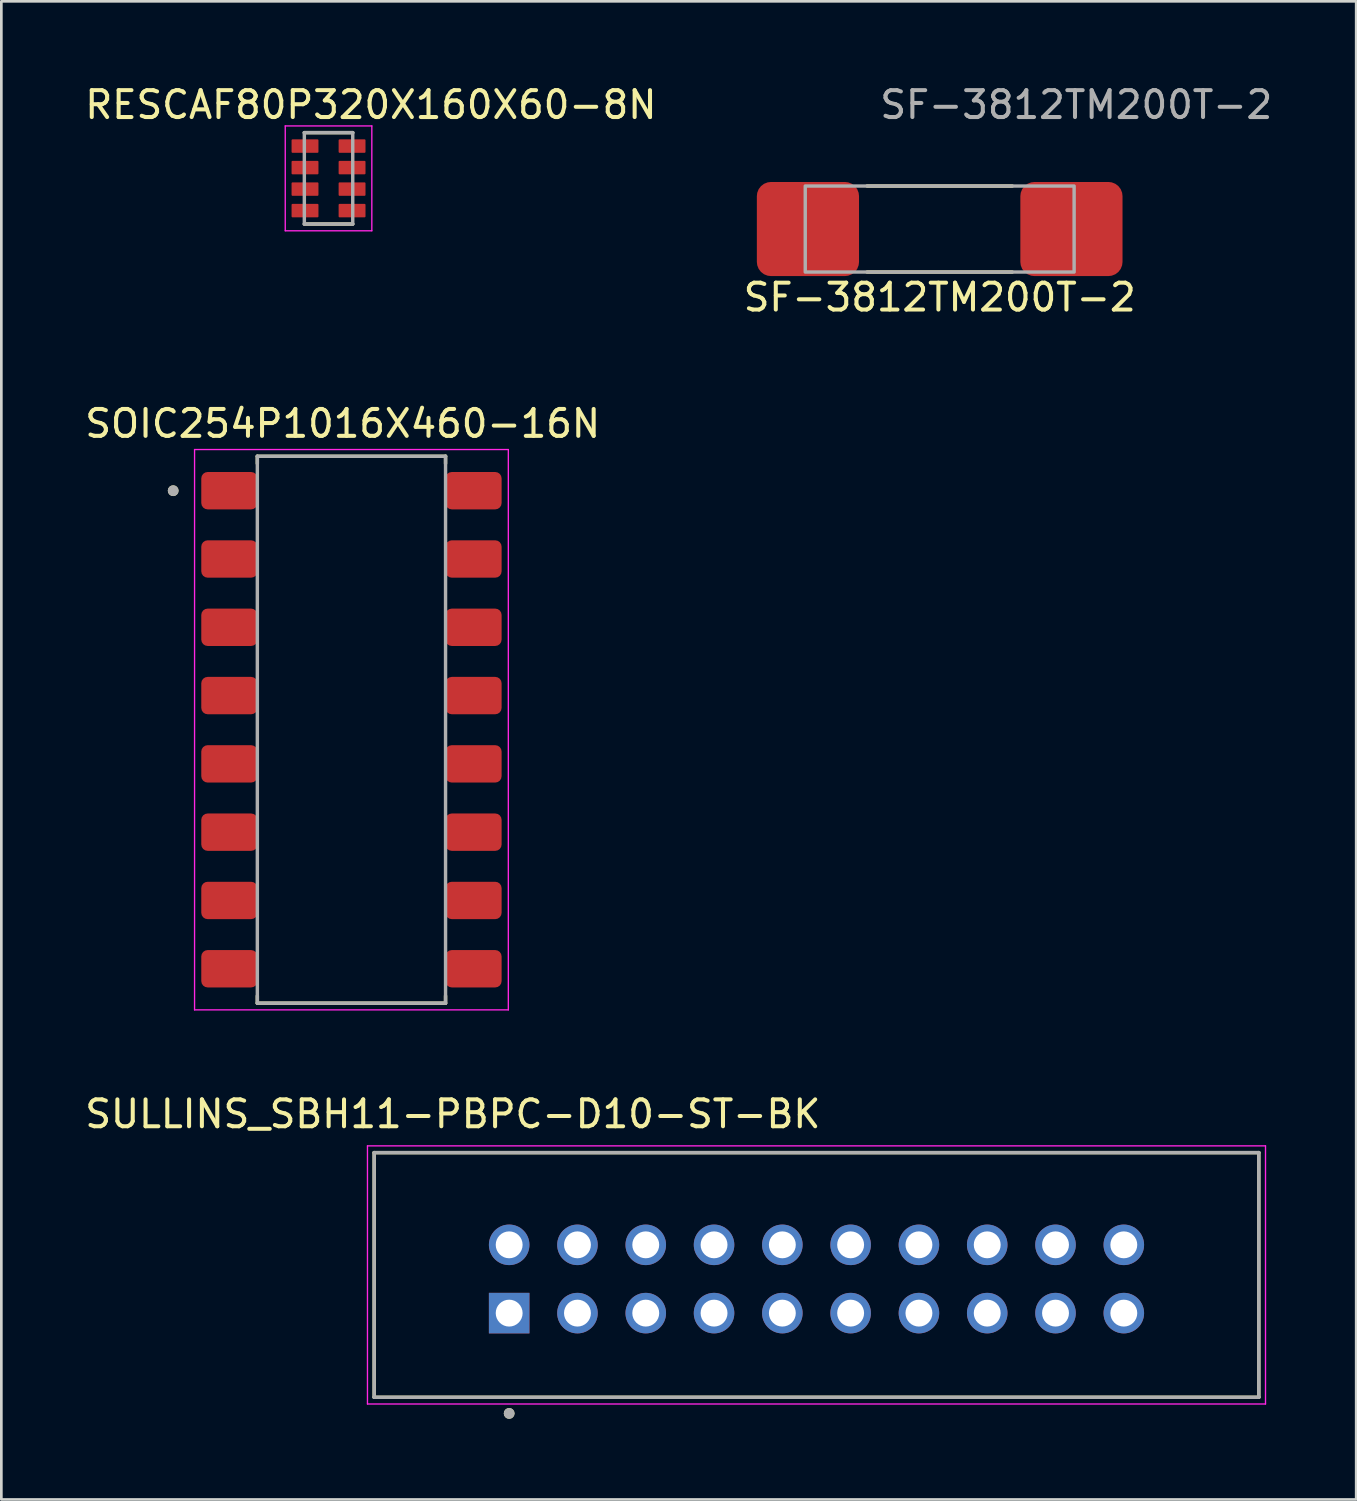
<source format=kicad_pcb>
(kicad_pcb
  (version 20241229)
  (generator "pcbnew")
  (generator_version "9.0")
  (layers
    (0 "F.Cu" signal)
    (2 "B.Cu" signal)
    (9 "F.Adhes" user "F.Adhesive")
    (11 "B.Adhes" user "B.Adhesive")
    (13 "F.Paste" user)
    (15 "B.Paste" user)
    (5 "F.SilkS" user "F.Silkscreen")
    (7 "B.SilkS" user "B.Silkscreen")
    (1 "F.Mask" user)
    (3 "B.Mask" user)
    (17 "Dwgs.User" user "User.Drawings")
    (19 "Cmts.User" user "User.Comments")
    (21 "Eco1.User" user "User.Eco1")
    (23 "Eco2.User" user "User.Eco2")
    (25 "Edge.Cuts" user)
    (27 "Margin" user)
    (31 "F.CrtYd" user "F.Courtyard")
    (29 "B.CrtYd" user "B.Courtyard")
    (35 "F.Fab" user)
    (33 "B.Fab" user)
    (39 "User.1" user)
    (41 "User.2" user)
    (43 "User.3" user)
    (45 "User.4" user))
  (footprint "SOIC254P1016X460-16N"
    (layer "F.Cu")
    (at 10.021 24.09)
    (property "Reference" "SOIC254P1016X460-16N" (at -0.325 -11.385 0) (layer "F.SilkS") (effects (font (size 1 1) (thickness 0.15))))
    (attr smd)
    (fp_line (start -3.5 -10.17) (end -3.5 -9.9) (stroke (width 0.127) (type solid)) (layer "F.SilkS"))
    (fp_line (start -3.5 -10.17) (end 3.5 -10.17) (stroke (width 0.127) (type solid)) (layer "F.SilkS"))
    (fp_line (start -3.5 10.17) (end -3.5 9.9) (stroke (width 0.127) (type solid)) (layer "F.SilkS"))
    (fp_line (start -3.5 10.17) (end 3.5 10.17) (stroke (width 0.127) (type solid)) (layer "F.SilkS"))
    (fp_line (start 3.5 -10.17) (end 3.5 -9.9) (stroke (width 0.127) (type solid)) (layer "F.SilkS"))
    (fp_line (start 3.5 10.17) (end 3.5 9.9) (stroke (width 0.127) (type solid)) (layer "F.SilkS"))
    (fp_circle (center -6.63 -8.89) (end -6.53 -8.89) (stroke (width 0.2) (type solid)) (fill no) (layer "F.SilkS"))
    (fp_line (start -5.835 -10.42) (end -5.835 10.42) (stroke (width 0.05) (type solid)) (layer "F.CrtYd"))
    (fp_line (start -5.835 -10.42) (end 5.835 -10.42) (stroke (width 0.05) (type solid)) (layer "F.CrtYd"))
    (fp_line (start -5.835 10.42) (end 5.835 10.42) (stroke (width 0.05) (type solid)) (layer "F.CrtYd"))
    (fp_line (start 5.835 -10.42) (end 5.835 10.42) (stroke (width 0.05) (type solid)) (layer "F.CrtYd"))
    (fp_line (start -3.5 -10.17) (end -3.5 10.17) (stroke (width 0.127) (type solid)) (layer "F.Fab"))
    (fp_line (start -3.5 -10.17) (end 3.5 -10.17) (stroke (width 0.127) (type solid)) (layer "F.Fab"))
    (fp_line (start -3.5 10.17) (end 3.5 10.17) (stroke (width 0.127) (type solid)) (layer "F.Fab"))
    (fp_line (start 3.5 -10.17) (end 3.5 10.17) (stroke (width 0.127) (type solid)) (layer "F.Fab"))
    (fp_circle (center -6.63 -8.89) (end -6.53 -8.89) (stroke (width 0.2) (type solid)) (fill no) (layer "F.Fab"))
    (pad "1" smd roundrect (at -4.54 -8.89) (size 2.09 1.39) (layers "F.Cu" "F.Mask" "F.Paste") (roundrect_rratio 0.17))
    (pad "2" smd roundrect (at -4.54 -6.35) (size 2.09 1.39) (layers "F.Cu" "F.Mask" "F.Paste") (roundrect_rratio 0.17))
    (pad "3" smd roundrect (at -4.54 -3.81) (size 2.09 1.39) (layers "F.Cu" "F.Mask" "F.Paste") (roundrect_rratio 0.17))
    (pad "4" smd roundrect (at -4.54 -1.27) (size 2.09 1.39) (layers "F.Cu" "F.Mask" "F.Paste") (roundrect_rratio 0.17))
    (pad "5" smd roundrect (at -4.54 1.27) (size 2.09 1.39) (layers "F.Cu" "F.Mask" "F.Paste") (roundrect_rratio 0.17))
    (pad "6" smd roundrect (at -4.54 3.81) (size 2.09 1.39) (layers "F.Cu" "F.Mask" "F.Paste") (roundrect_rratio 0.17))
    (pad "7" smd roundrect (at -4.54 6.35) (size 2.09 1.39) (layers "F.Cu" "F.Mask" "F.Paste") (roundrect_rratio 0.17))
    (pad "8" smd roundrect (at -4.54 8.89) (size 2.09 1.39) (layers "F.Cu" "F.Mask" "F.Paste") (roundrect_rratio 0.17))
    (pad "9" smd roundrect (at 4.54 8.89) (size 2.09 1.39) (layers "F.Cu" "F.Mask" "F.Paste") (roundrect_rratio 0.17))
    (pad "10" smd roundrect (at 4.54 6.35) (size 2.09 1.39) (layers "F.Cu" "F.Mask" "F.Paste") (roundrect_rratio 0.17))
    (pad "11" smd roundrect (at 4.54 3.81) (size 2.09 1.39) (layers "F.Cu" "F.Mask" "F.Paste") (roundrect_rratio 0.17))
    (pad "12" smd roundrect (at 4.54 1.27) (size 2.09 1.39) (layers "F.Cu" "F.Mask" "F.Paste") (roundrect_rratio 0.17))
    (pad "13" smd roundrect (at 4.54 -1.27) (size 2.09 1.39) (layers "F.Cu" "F.Mask" "F.Paste") (roundrect_rratio 0.17))
    (pad "14" smd roundrect (at 4.54 -3.81) (size 2.09 1.39) (layers "F.Cu" "F.Mask" "F.Paste") (roundrect_rratio 0.17))
    (pad "15" smd roundrect (at 4.54 -6.35) (size 2.09 1.39) (layers "F.Cu" "F.Mask" "F.Paste") (roundrect_rratio 0.17))
    (pad "16" smd roundrect (at 4.54 -8.89) (size 2.09 1.39) (layers "F.Cu" "F.Mask" "F.Paste") (roundrect_rratio 0.17)))
  (footprint "RESCAF80P320X160X60-8N"
    (layer "F.Cu")
    (at 9.169 3.583)
    (property "Reference" "RESCAF80P320X160X60-8N" (at 1.575 -2.735 0) (layer "F.SilkS") (effects (font (size 1 1) (thickness 0.15))))
    (attr smd)
    (fp_line (start -0.9 -1.7) (end 0.9 -1.7) (stroke (width 0.127) (type solid)) (layer "F.SilkS"))
    (fp_line (start 0.9 1.7) (end -0.9 1.7) (stroke (width 0.127) (type solid)) (layer "F.SilkS"))
    (fp_line (start -1.61 -1.95) (end 1.61 -1.95) (stroke (width 0.05) (type solid)) (layer "F.CrtYd"))
    (fp_line (start -1.61 1.95) (end -1.61 -1.95) (stroke (width 0.05) (type solid)) (layer "F.CrtYd"))
    (fp_line (start 1.61 -1.95) (end 1.61 1.95) (stroke (width 0.05) (type solid)) (layer "F.CrtYd"))
    (fp_line (start 1.61 1.95) (end -1.61 1.95) (stroke (width 0.05) (type solid)) (layer "F.CrtYd"))
    (fp_line (start -0.9 -1.7) (end 0.9 -1.7) (stroke (width 0.127) (type solid)) (layer "F.Fab"))
    (fp_line (start -0.9 1.7) (end -0.9 -1.7) (stroke (width 0.127) (type solid)) (layer "F.Fab"))
    (fp_line (start 0.9 -1.7) (end 0.9 1.7) (stroke (width 0.127) (type solid)) (layer "F.Fab"))
    (fp_line (start 0.9 1.7) (end -0.9 1.7) (stroke (width 0.127) (type solid)) (layer "F.Fab"))
    (pad "1" smd roundrect (at -0.875 -1.2) (size 1 0.5) (layers "F.Cu" "F.Mask" "F.Paste") (roundrect_rratio 0.07))
    (pad "2" smd roundrect (at -0.875 -0.4) (size 1 0.5) (layers "F.Cu" "F.Mask" "F.Paste") (roundrect_rratio 0.07))
    (pad "3" smd roundrect (at -0.875 0.4) (size 1 0.5) (layers "F.Cu" "F.Mask" "F.Paste") (roundrect_rratio 0.07))
    (pad "4" smd roundrect (at -0.875 1.2) (size 1 0.5) (layers "F.Cu" "F.Mask" "F.Paste") (roundrect_rratio 0.07))
    (pad "5" smd roundrect (at 0.875 1.2 180) (size 1 0.5) (layers "F.Cu" "F.Mask" "F.Paste") (roundrect_rratio 0.07))
    (pad "6" smd roundrect (at 0.875 0.4 180) (size 1 0.5) (layers "F.Cu" "F.Mask" "F.Paste") (roundrect_rratio 0.07))
    (pad "7" smd roundrect (at 0.875 -0.4 180) (size 1 0.5) (layers "F.Cu" "F.Mask" "F.Paste") (roundrect_rratio 0.07))
    (pad "8" smd roundrect (at 0.875 -1.2 180) (size 1 0.5) (layers "F.Cu" "F.Mask" "F.Paste") (roundrect_rratio 0.07)))
  (footprint "SF-3812TM200T-2"
    (layer "F.Cu")
    (at 31.899 5.468)
    (property "Reference" "SF-3812TM200T-2" (at 0 2.54 0) (unlocked yes) (layer "F.SilkS") (effects (font (size 1 1) (thickness 0.15))))
    (attr smd)
    (fp_line (start -2.7 -1.6) (end 2.7 -1.6) (stroke (width 0.127) (type default)) (layer "F.SilkS"))
    (fp_line (start 2.7 1.6) (end -2.7 1.6) (stroke (width 0.127) (type default)) (layer "F.SilkS"))
    (fp_rect (start -5 -1.6) (end 5 1.6) (stroke (width 0.127) (type default)) (fill no) (layer "F.Fab"))
    (fp_text user "${REFERENCE}" (at 5.08 -4.62 0) (unlocked yes) (layer "F.Fab") (effects (font (size 1 1) (thickness 0.15))))
    (pad "1" smd roundrect (at -4.9 0) (size 3.8 3.5) (layers "F.Cu" "F.Mask" "F.Paste") (roundrect_rratio 0.15))
    (pad "2" smd roundrect (at 4.9 0) (size 3.8 3.5) (layers "F.Cu" "F.Mask" "F.Paste") (roundrect_rratio 0.15)))
  (footprint "SULLINS_SBH11-PBPC-D10-ST-BK"
    (layer "F.Cu")
    (at 27.317 44.518)
    (property "Reference" "SULLINS_SBH11-PBPC-D10-ST-BK" (at -13.525 -6.135 0) (layer "F.SilkS") (effects (font (size 1 1) (thickness 0.15))))
    (attr through_hole)
    (fp_line (start -16.45 -4.7) (end 16.45 -4.7) (stroke (width 0.127) (type solid)) (layer "F.SilkS"))
    (fp_line (start -16.45 4.4) (end -16.45 -4.7) (stroke (width 0.127) (type solid)) (layer "F.SilkS"))
    (fp_line (start 16.45 -4.7) (end 16.45 4.4) (stroke (width 0.127) (type solid)) (layer "F.SilkS"))
    (fp_line (start 16.45 4.4) (end -16.45 4.4) (stroke (width 0.127) (type solid)) (layer "F.SilkS"))
    (fp_circle (center -11.43 5) (end -11.33 5) (stroke (width 0.2) (type solid)) (fill no) (layer "F.SilkS"))
    (fp_line (start -16.7 -4.95) (end 16.7 -4.95) (stroke (width 0.05) (type solid)) (layer "F.CrtYd"))
    (fp_line (start -16.7 4.65) (end -16.7 -4.95) (stroke (width 0.05) (type solid)) (layer "F.CrtYd"))
    (fp_line (start 16.7 -4.95) (end 16.7 4.65) (stroke (width 0.05) (type solid)) (layer "F.CrtYd"))
    (fp_line (start 16.7 4.65) (end -16.7 4.65) (stroke (width 0.05) (type solid)) (layer "F.CrtYd"))
    (fp_line (start -16.45 -4.7) (end 16.45 -4.7) (stroke (width 0.127) (type solid)) (layer "F.Fab"))
    (fp_line (start -16.45 4.4) (end -16.45 -4.7) (stroke (width 0.127) (type solid)) (layer "F.Fab"))
    (fp_line (start 16.45 -4.7) (end 16.45 4.4) (stroke (width 0.127) (type solid)) (layer "F.Fab"))
    (fp_line (start 16.45 4.4) (end -16.45 4.4) (stroke (width 0.127) (type solid)) (layer "F.Fab"))
    (fp_circle (center -11.43 5) (end -11.33 5) (stroke (width 0.2) (type solid)) (fill no) (layer "F.Fab"))
    (pad "1" thru_hole rect (at -11.43 1.27) (size 1.508 1.508) (drill 1) (layers "*.Cu" "*.Mask"))
    (pad "2" thru_hole circle (at -11.43 -1.27) (size 1.508 1.508) (drill 1) (layers "*.Cu" "*.Mask"))
    (pad "3" thru_hole circle (at -8.89 1.27) (size 1.508 1.508) (drill 1) (layers "*.Cu" "*.Mask"))
    (pad "4" thru_hole circle (at -8.89 -1.27) (size 1.508 1.508) (drill 1) (layers "*.Cu" "*.Mask"))
    (pad "5" thru_hole circle (at -6.35 1.27) (size 1.508 1.508) (drill 1) (layers "*.Cu" "*.Mask"))
    (pad "6" thru_hole circle (at -6.35 -1.27) (size 1.508 1.508) (drill 1) (layers "*.Cu" "*.Mask"))
    (pad "7" thru_hole circle (at -3.81 1.27) (size 1.508 1.508) (drill 1) (layers "*.Cu" "*.Mask"))
    (pad "8" thru_hole circle (at -3.81 -1.27) (size 1.508 1.508) (drill 1) (layers "*.Cu" "*.Mask"))
    (pad "9" thru_hole circle (at -1.27 1.27) (size 1.508 1.508) (drill 1) (layers "*.Cu" "*.Mask"))
    (pad "10" thru_hole circle (at -1.27 -1.27) (size 1.508 1.508) (drill 1) (layers "*.Cu" "*.Mask"))
    (pad "11" thru_hole circle (at 1.27 1.27) (size 1.508 1.508) (drill 1) (layers "*.Cu" "*.Mask"))
    (pad "12" thru_hole circle (at 1.27 -1.27) (size 1.508 1.508) (drill 1) (layers "*.Cu" "*.Mask"))
    (pad "13" thru_hole circle (at 3.81 1.27) (size 1.508 1.508) (drill 1) (layers "*.Cu" "*.Mask"))
    (pad "14" thru_hole circle (at 3.81 -1.27) (size 1.508 1.508) (drill 1) (layers "*.Cu" "*.Mask"))
    (pad "15" thru_hole circle (at 6.35 1.27) (size 1.508 1.508) (drill 1) (layers "*.Cu" "*.Mask"))
    (pad "16" thru_hole circle (at 6.35 -1.27) (size 1.508 1.508) (drill 1) (layers "*.Cu" "*.Mask"))
    (pad "17" thru_hole circle (at 8.89 1.27) (size 1.508 1.508) (drill 1) (layers "*.Cu" "*.Mask"))
    (pad "18" thru_hole circle (at 8.89 -1.27) (size 1.508 1.508) (drill 1) (layers "*.Cu" "*.Mask"))
    (pad "19" thru_hole circle (at 11.43 1.27) (size 1.508 1.508) (drill 1) (layers "*.Cu" "*.Mask"))
    (pad "20" thru_hole circle (at 11.43 -1.27) (size 1.508 1.508) (drill 1) (layers "*.Cu" "*.Mask")))
  (gr_rect
    (start -3 -3)
    (end 47.39 52.718)
    (stroke (width 0.1) (type default))
    (fill no)
    (layer "Edge.Cuts")))
</source>
